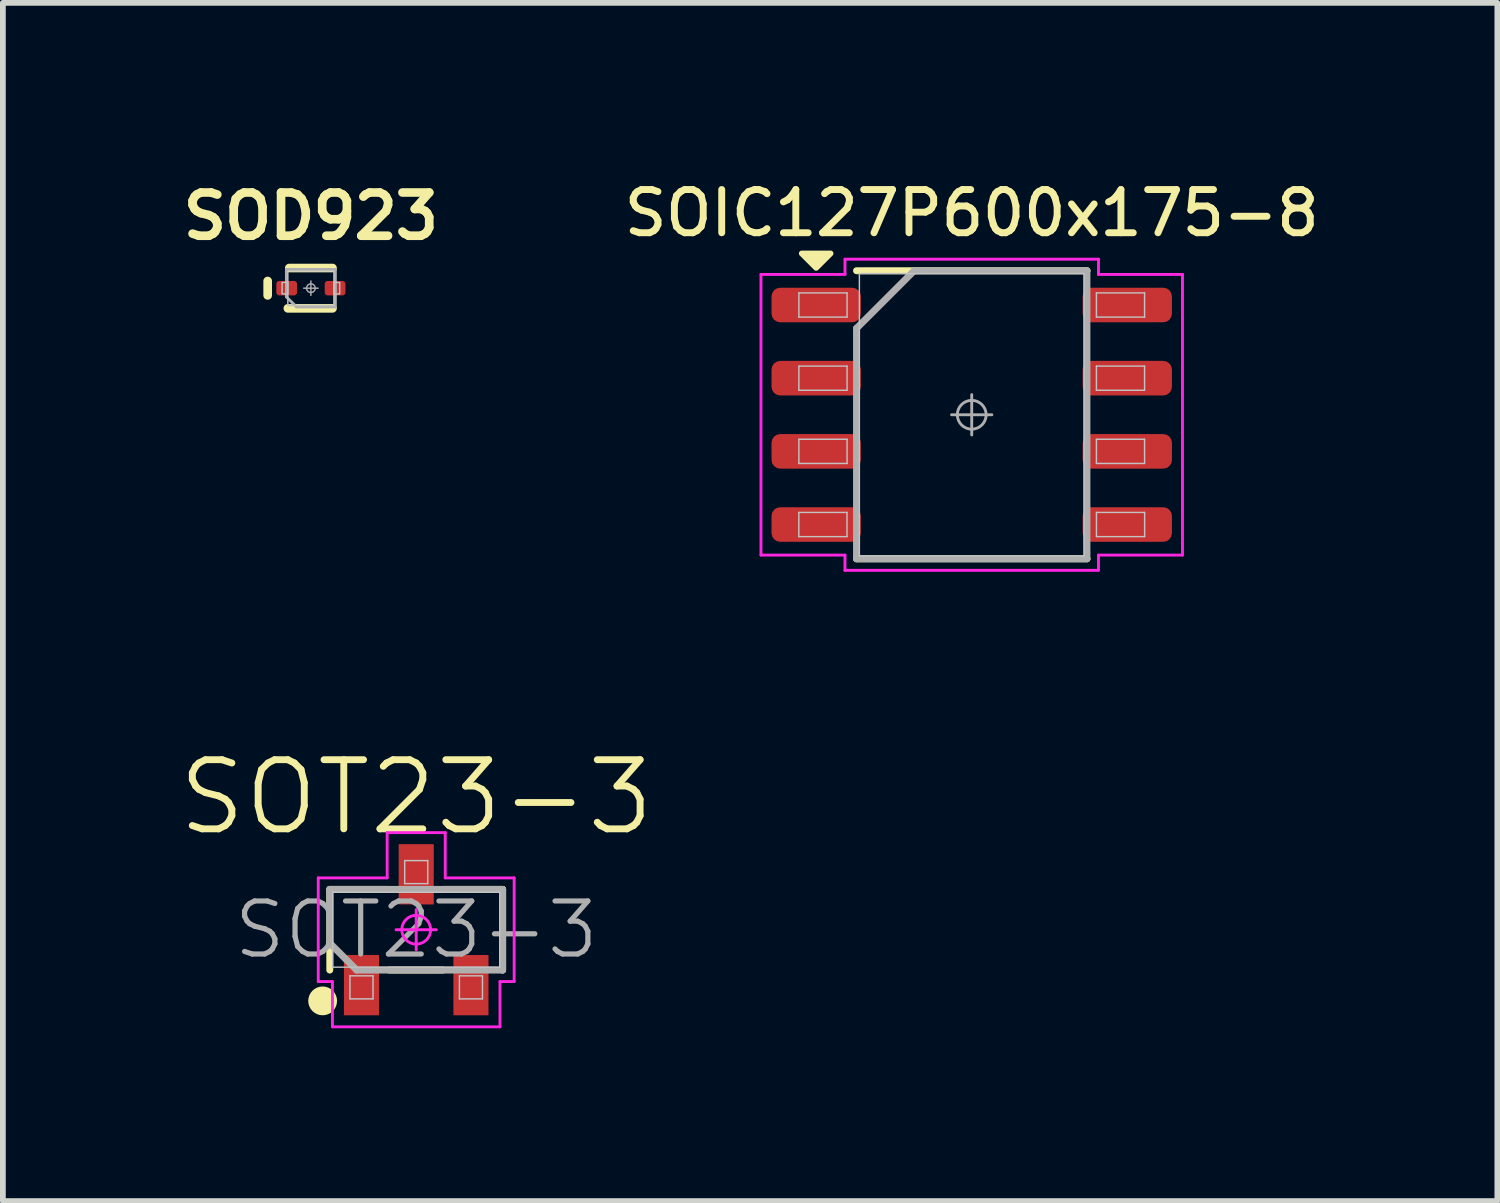
<source format=kicad_pcb>
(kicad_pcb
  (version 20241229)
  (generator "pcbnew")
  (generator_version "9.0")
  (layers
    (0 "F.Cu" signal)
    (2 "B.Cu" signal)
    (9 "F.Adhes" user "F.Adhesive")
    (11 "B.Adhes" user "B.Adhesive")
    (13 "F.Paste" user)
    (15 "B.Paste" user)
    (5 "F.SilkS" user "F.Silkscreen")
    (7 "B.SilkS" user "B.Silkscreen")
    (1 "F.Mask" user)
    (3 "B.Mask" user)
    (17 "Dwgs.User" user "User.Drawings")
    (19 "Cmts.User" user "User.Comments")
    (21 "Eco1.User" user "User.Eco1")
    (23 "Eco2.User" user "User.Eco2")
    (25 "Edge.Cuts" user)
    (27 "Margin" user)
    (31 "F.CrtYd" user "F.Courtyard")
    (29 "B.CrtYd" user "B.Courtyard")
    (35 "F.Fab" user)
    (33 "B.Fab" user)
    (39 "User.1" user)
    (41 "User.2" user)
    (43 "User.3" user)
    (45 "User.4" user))
  (footprint "SOT23-3"
    (layer "F.Cu")
    (at 4.174 13.087)
    (property "Reference" "SOT23-3" (at 0 -2.3 0) (layer "F.SilkS") (effects (font (size 1.2 1.2) (thickness 0.12))))
    (attr smd)
    (fp_line (start -1.5 -0.7) (end -0.484 -0.7) (stroke (width 0.12) (type solid)) (layer "F.SilkS"))
    (fp_line (start -1.5 0.7) (end -1.5 -0.7) (stroke (width 0.12) (type solid)) (layer "F.SilkS"))
    (fp_line (start 0.466 0.7) (end -0.466 0.7) (stroke (width 0.12) (type solid)) (layer "F.SilkS"))
    (fp_line (start 0.484 -0.7) (end 1.5 -0.7) (stroke (width 0.12) (type solid)) (layer "F.SilkS"))
    (fp_line (start 1.5 -0.7) (end 1.5 0.7) (stroke (width 0.12) (type solid)) (layer "F.SilkS"))
    (fp_circle (center -1.624 1.235) (end -1.624 1.36) (stroke (width 0.25) (type solid)) (fill no) (layer "F.SilkS"))
    (fp_line (start -1.45 -0.65) (end 1.45 -0.65) (stroke (width 0.025) (type solid)) (layer "Dwgs.User"))
    (fp_line (start -1.45 0.65) (end -1.45 -0.65) (stroke (width 0.025) (type solid)) (layer "Dwgs.User"))
    (fp_line (start -1.15 0.8) (end -0.75 0.8) (stroke (width 0.025) (type solid)) (layer "Dwgs.User"))
    (fp_line (start -1.15 1.2) (end -1.15 0.8) (stroke (width 0.025) (type solid)) (layer "Dwgs.User"))
    (fp_line (start -0.75 0.8) (end -0.75 1.2) (stroke (width 0.025) (type solid)) (layer "Dwgs.User"))
    (fp_line (start -0.75 1.2) (end -1.15 1.2) (stroke (width 0.025) (type solid)) (layer "Dwgs.User"))
    (fp_line (start -0.2 -1.2) (end 0.2 -1.2) (stroke (width 0.025) (type solid)) (layer "Dwgs.User"))
    (fp_line (start -0.2 -0.8) (end -0.2 -1.2) (stroke (width 0.025) (type solid)) (layer "Dwgs.User"))
    (fp_line (start 0.2 -1.2) (end 0.2 -0.8) (stroke (width 0.025) (type solid)) (layer "Dwgs.User"))
    (fp_line (start 0.2 -0.8) (end -0.2 -0.8) (stroke (width 0.025) (type solid)) (layer "Dwgs.User"))
    (fp_line (start 0.75 0.8) (end 1.15 0.8) (stroke (width 0.025) (type solid)) (layer "Dwgs.User"))
    (fp_line (start 0.75 1.2) (end 0.75 0.8) (stroke (width 0.025) (type solid)) (layer "Dwgs.User"))
    (fp_line (start 1.15 0.8) (end 1.15 1.2) (stroke (width 0.025) (type solid)) (layer "Dwgs.User"))
    (fp_line (start 1.15 1.2) (end 0.75 1.2) (stroke (width 0.025) (type solid)) (layer "Dwgs.User"))
    (fp_line (start 1.45 -0.65) (end 1.45 0.65) (stroke (width 0.025) (type solid)) (layer "Dwgs.User"))
    (fp_line (start 1.45 0.65) (end -1.45 0.65) (stroke (width 0.025) (type solid)) (layer "Dwgs.User"))
    (fp_line (start -1.7 -0.9) (end -1.7 0.9) (stroke (width 0.05) (type solid)) (layer "F.CrtYd"))
    (fp_line (start -1.7 0.9) (end -1.454 0.9) (stroke (width 0.05) (type solid)) (layer "F.CrtYd"))
    (fp_line (start -1.454 0.9) (end -1.454 1.685) (stroke (width 0.05) (type solid)) (layer "F.CrtYd"))
    (fp_line (start -1.454 1.685) (end 1.454 1.685) (stroke (width 0.05) (type solid)) (layer "F.CrtYd"))
    (fp_line (start -0.504 -1.685) (end -0.504 -0.9) (stroke (width 0.05) (type solid)) (layer "F.CrtYd"))
    (fp_line (start -0.504 -0.9) (end -1.7 -0.9) (stroke (width 0.05) (type solid)) (layer "F.CrtYd"))
    (fp_line (start -0.35 0) (end 0.35 0) (stroke (width 0.05) (type solid)) (layer "F.CrtYd"))
    (fp_line (start 0 -0.35) (end 0 0.35) (stroke (width 0.05) (type solid)) (layer "F.CrtYd"))
    (fp_line (start 0.504 -1.685) (end -0.504 -1.685) (stroke (width 0.05) (type solid)) (layer "F.CrtYd"))
    (fp_line (start 0.504 -0.9) (end 0.504 -1.685) (stroke (width 0.05) (type solid)) (layer "F.CrtYd"))
    (fp_line (start 1.454 0.9) (end 1.7 0.9) (stroke (width 0.05) (type solid)) (layer "F.CrtYd"))
    (fp_line (start 1.454 1.685) (end 1.454 0.9) (stroke (width 0.05) (type solid)) (layer "F.CrtYd"))
    (fp_line (start 1.7 -0.9) (end 0.504 -0.9) (stroke (width 0.05) (type solid)) (layer "F.CrtYd"))
    (fp_line (start 1.7 0.9) (end 1.7 -0.9) (stroke (width 0.05) (type solid)) (layer "F.CrtYd"))
    (fp_circle (center 0 0) (end 0 0.25) (stroke (width 0.05) (type solid)) (fill no) (layer "F.CrtYd"))
    (fp_line (start -1.5 -0.7) (end 1.5 -0.7) (stroke (width 0.12) (type solid)) (layer "F.Fab"))
    (fp_line (start -1.5 0.233) (end -1.5 -0.7) (stroke (width 0.12) (type solid)) (layer "F.Fab"))
    (fp_line (start -1.033 0.7) (end -1.5 0.233) (stroke (width 0.12) (type solid)) (layer "F.Fab"))
    (fp_line (start 1.5 -0.7) (end 1.5 0.7) (stroke (width 0.12) (type solid)) (layer "F.Fab"))
    (fp_line (start 1.5 0.7) (end -1.033 0.7) (stroke (width 0.12) (type solid)) (layer "F.Fab"))
    (fp_text user "${REFERENCE}" (at 0 0 0) (layer "F.Fab") (effects (font (size 0.92 0.92) (thickness 0.09))))
    (pad "1" smd rect (at -0.95 0.962 90) (size 1.046 0.609) (layers "F.Cu" "F.Mask" "F.Paste"))
    (pad "2" smd rect (at 0.95 0.962 90) (size 1.046 0.609) (layers "F.Cu" "F.Mask" "F.Paste"))
    (pad "3" smd rect (at 0 -0.962 90) (size 1.046 0.609) (layers "F.Cu" "F.Mask" "F.Paste")))
  (footprint "SOIC127P600x175-8"
    (layer "F.Cu")
    (at 13.816 4.149)
    (property "Reference" "SOIC127P600x175-8" (at 0 -3.5 0) (layer "F.SilkS") (effects (font (size 0.75 0.75) (thickness 0.12))))
    (attr smd)
    (fp_line (start -2 -2.5) (end 2 -2.5) (stroke (width 0.12) (type solid)) (layer "F.SilkS"))
    (fp_line (start -2 2.5) (end 2 2.5) (stroke (width 0.12) (type solid)) (layer "F.SilkS"))
    (fp_poly (pts (xy -2.7 -2.55) (xy -2.95 -2.8) (xy -2.45 -2.8)) (stroke (width 0.1) (type solid)) (fill yes) (layer "F.SilkS"))
    (fp_line (start -3.001 1.695) (end -2.165 1.695) (stroke (width 0.025) (type solid)) (layer "Dwgs.User"))
    (fp_line (start -3.001 2.115) (end -3.001 1.695) (stroke (width 0.025) (type solid)) (layer "Dwgs.User"))
    (fp_line (start -3 -2.115) (end -2.164 -2.115) (stroke (width 0.025) (type solid)) (layer "Dwgs.User"))
    (fp_line (start -3 -1.695) (end -3 -2.115) (stroke (width 0.025) (type solid)) (layer "Dwgs.User"))
    (fp_line (start -3 -0.845) (end -2.164 -0.845) (stroke (width 0.025) (type solid)) (layer "Dwgs.User"))
    (fp_line (start -3 -0.425) (end -3 -0.845) (stroke (width 0.025) (type solid)) (layer "Dwgs.User"))
    (fp_line (start -3 0.425) (end -2.164 0.425) (stroke (width 0.025) (type solid)) (layer "Dwgs.User"))
    (fp_line (start -3 0.845) (end -3 0.425) (stroke (width 0.025) (type solid)) (layer "Dwgs.User"))
    (fp_line (start -2.165 1.695) (end -2.165 2.115) (stroke (width 0.025) (type solid)) (layer "Dwgs.User"))
    (fp_line (start -2.165 2.115) (end -3.001 2.115) (stroke (width 0.025) (type solid)) (layer "Dwgs.User"))
    (fp_line (start -2.164 -2.115) (end -2.164 -1.695) (stroke (width 0.025) (type solid)) (layer "Dwgs.User"))
    (fp_line (start -2.164 -1.695) (end -3 -1.695) (stroke (width 0.025) (type solid)) (layer "Dwgs.User"))
    (fp_line (start -2.164 -0.845) (end -2.164 -0.425) (stroke (width 0.025) (type solid)) (layer "Dwgs.User"))
    (fp_line (start -2.164 -0.425) (end -3 -0.425) (stroke (width 0.025) (type solid)) (layer "Dwgs.User"))
    (fp_line (start -2.164 0.425) (end -2.164 0.845) (stroke (width 0.025) (type solid)) (layer "Dwgs.User"))
    (fp_line (start -2.164 0.845) (end -3 0.845) (stroke (width 0.025) (type solid)) (layer "Dwgs.User"))
    (fp_line (start -1.95 -2.45) (end 1.95 -2.45) (stroke (width 0.025) (type solid)) (layer "Dwgs.User"))
    (fp_line (start -1.95 2.45) (end -1.95 -2.45) (stroke (width 0.025) (type solid)) (layer "Dwgs.User"))
    (fp_line (start 1.95 -2.45) (end 1.95 2.45) (stroke (width 0.025) (type solid)) (layer "Dwgs.User"))
    (fp_line (start 1.95 2.45) (end -1.95 2.45) (stroke (width 0.025) (type solid)) (layer "Dwgs.User"))
    (fp_line (start 2.164 -2.115) (end 3 -2.115) (stroke (width 0.025) (type solid)) (layer "Dwgs.User"))
    (fp_line (start 2.164 -1.695) (end 2.164 -2.115) (stroke (width 0.025) (type solid)) (layer "Dwgs.User"))
    (fp_line (start 2.164 -0.845) (end 3 -0.845) (stroke (width 0.025) (type solid)) (layer "Dwgs.User"))
    (fp_line (start 2.164 -0.425) (end 2.164 -0.845) (stroke (width 0.025) (type solid)) (layer "Dwgs.User"))
    (fp_line (start 2.164 0.425) (end 3 0.425) (stroke (width 0.025) (type solid)) (layer "Dwgs.User"))
    (fp_line (start 2.164 0.845) (end 2.164 0.425) (stroke (width 0.025) (type solid)) (layer "Dwgs.User"))
    (fp_line (start 2.165 1.695) (end 3.001 1.695) (stroke (width 0.025) (type solid)) (layer "Dwgs.User"))
    (fp_line (start 2.165 2.115) (end 2.165 1.695) (stroke (width 0.025) (type solid)) (layer "Dwgs.User"))
    (fp_line (start 3 -2.115) (end 3 -1.695) (stroke (width 0.025) (type solid)) (layer "Dwgs.User"))
    (fp_line (start 3 -1.695) (end 2.164 -1.695) (stroke (width 0.025) (type solid)) (layer "Dwgs.User"))
    (fp_line (start 3 -0.845) (end 3 -0.425) (stroke (width 0.025) (type solid)) (layer "Dwgs.User"))
    (fp_line (start 3 -0.425) (end 2.164 -0.425) (stroke (width 0.025) (type solid)) (layer "Dwgs.User"))
    (fp_line (start 3 0.425) (end 3 0.845) (stroke (width 0.025) (type solid)) (layer "Dwgs.User"))
    (fp_line (start 3 0.845) (end 2.164 0.845) (stroke (width 0.025) (type solid)) (layer "Dwgs.User"))
    (fp_line (start 3.001 1.695) (end 3.001 2.115) (stroke (width 0.025) (type solid)) (layer "Dwgs.User"))
    (fp_line (start 3.001 2.115) (end 2.165 2.115) (stroke (width 0.025) (type solid)) (layer "Dwgs.User"))
    (fp_line (start -3.658 -2.436) (end -3.658 2.436) (stroke (width 0.05) (type solid)) (layer "F.CrtYd"))
    (fp_line (start -3.658 2.436) (end -2.2 2.436) (stroke (width 0.05) (type solid)) (layer "F.CrtYd"))
    (fp_line (start -2.2 -2.7) (end -2.2 -2.436) (stroke (width 0.05) (type solid)) (layer "F.CrtYd"))
    (fp_line (start -2.2 -2.436) (end -3.658 -2.436) (stroke (width 0.05) (type solid)) (layer "F.CrtYd"))
    (fp_line (start -2.2 2.436) (end -2.2 2.7) (stroke (width 0.05) (type solid)) (layer "F.CrtYd"))
    (fp_line (start -2.2 2.7) (end 2.2 2.7) (stroke (width 0.05) (type solid)) (layer "F.CrtYd"))
    (fp_line (start 2.2 -2.7) (end -2.2 -2.7) (stroke (width 0.05) (type solid)) (layer "F.CrtYd"))
    (fp_line (start 2.2 -2.436) (end 2.2 -2.7) (stroke (width 0.05) (type solid)) (layer "F.CrtYd"))
    (fp_line (start 2.2 2.436) (end 3.658 2.436) (stroke (width 0.05) (type solid)) (layer "F.CrtYd"))
    (fp_line (start 2.2 2.7) (end 2.2 2.436) (stroke (width 0.05) (type solid)) (layer "F.CrtYd"))
    (fp_line (start 3.658 -2.436) (end 2.2 -2.436) (stroke (width 0.05) (type solid)) (layer "F.CrtYd"))
    (fp_line (start 3.658 2.436) (end 3.658 -2.436) (stroke (width 0.05) (type solid)) (layer "F.CrtYd"))
    (fp_line (start -2 -1.5) (end -1 -2.5) (stroke (width 0.12) (type solid)) (layer "F.Fab"))
    (fp_line (start -2 2.5) (end -2 -1.5) (stroke (width 0.12) (type solid)) (layer "F.Fab"))
    (fp_line (start -1 -2.5) (end 2 -2.5) (stroke (width 0.12) (type solid)) (layer "F.Fab"))
    (fp_line (start 0 -0.35) (end 0 0.35) (stroke (width 0.05) (type solid)) (layer "F.Fab"))
    (fp_line (start 0.35 0) (end -0.35 0) (stroke (width 0.05) (type solid)) (layer "F.Fab"))
    (fp_line (start 2 -2.5) (end 2 2.5) (stroke (width 0.12) (type solid)) (layer "F.Fab"))
    (fp_line (start 2 2.5) (end -2 2.5) (stroke (width 0.12) (type solid)) (layer "F.Fab"))
    (fp_circle (center 0 0) (end 0 0.25) (stroke (width 0.05) (type solid)) (fill no) (layer "F.Fab"))
    (pad "1" smd roundrect (at -2.7 -1.905) (size 1.55 0.6) (layers "F.Cu" "F.Mask" "F.Paste") (roundrect_rratio 0.251))
    (pad "2" smd roundrect (at -2.7 -0.635) (size 1.55 0.6) (layers "F.Cu" "F.Mask" "F.Paste") (roundrect_rratio 0.251))
    (pad "3" smd roundrect (at -2.7 0.635) (size 1.55 0.6) (layers "F.Cu" "F.Mask" "F.Paste") (roundrect_rratio 0.251))
    (pad "4" smd roundrect (at -2.7 1.905) (size 1.55 0.6) (layers "F.Cu" "F.Mask" "F.Paste") (roundrect_rratio 0.251))
    (pad "5" smd roundrect (at 2.7 1.905) (size 1.55 0.6) (layers "F.Cu" "F.Mask" "F.Paste") (roundrect_rratio 0.251))
    (pad "6" smd roundrect (at 2.7 0.635) (size 1.55 0.6) (layers "F.Cu" "F.Mask" "F.Paste") (roundrect_rratio 0.251))
    (pad "7" smd roundrect (at 2.7 -0.635) (size 1.55 0.6) (layers "F.Cu" "F.Mask" "F.Paste") (roundrect_rratio 0.251))
    (pad "8" smd roundrect (at 2.7 -1.905) (size 1.55 0.6) (layers "F.Cu" "F.Mask" "F.Paste") (roundrect_rratio 0.251)))
  (footprint "SOD923"
    (layer "F.Cu")
    (at 2.346 1.952)
    (property "Reference" "SOD923" (at 0 -1.25 0) (layer "F.SilkS") (effects (font (size 0.75 0.75) (thickness 0.15) (bold yes))))
    (attr smd)
    (fp_line (start -0.75 -0.125) (end -0.75 0.125) (stroke (width 0.15) (type solid)) (layer "F.SilkS"))
    (fp_line (start 0.375 -0.35) (end -0.375 -0.35) (stroke (width 0.15) (type solid)) (layer "F.SilkS"))
    (fp_line (start 0.375 0.35) (end -0.4 0.35) (stroke (width 0.15) (type solid)) (layer "F.SilkS"))
    (fp_rect (start -0.5 -0.1) (end -0.4 0.1) (stroke (width 0.025) (type solid)) (fill no) (layer "Dwgs.User"))
    (fp_rect (start -0.4 -0.3) (end 0.4 0.3) (stroke (width 0.025) (type solid)) (fill no) (layer "Dwgs.User"))
    (fp_rect (start 0.4 -0.1) (end 0.5 0.1) (stroke (width 0.025) (type solid)) (fill no) (layer "Dwgs.User"))
    (fp_line (start -0.425 -0.325) (end -0.425 0.15) (stroke (width 0.05) (type solid)) (layer "F.Fab"))
    (fp_line (start -0.425 -0.325) (end 0.425 -0.325) (stroke (width 0.05) (type solid)) (layer "F.Fab"))
    (fp_line (start -0.425 0.15) (end -0.25 0.325) (stroke (width 0.05) (type solid)) (layer "F.Fab"))
    (fp_line (start -0.25 0.325) (end 0.425 0.325) (stroke (width 0.05) (type solid)) (layer "F.Fab"))
    (fp_line (start 0 -0.125) (end 0 0.125) (stroke (width 0.025) (type solid)) (layer "F.Fab"))
    (fp_line (start 0.125 0) (end -0.125 0) (stroke (width 0.025) (type solid)) (layer "F.Fab"))
    (fp_line (start 0.425 0.325) (end 0.425 -0.325) (stroke (width 0.05) (type solid)) (layer "F.Fab"))
    (fp_circle (center 0 0) (end 0.075 0) (stroke (width 0.025) (type solid)) (fill no) (layer "F.Fab"))
    (pad "1" smd roundrect (at -0.42 0) (size 0.36 0.25) (layers "F.Cu" "F.Mask" "F.Paste") (roundrect_rratio 0.2))
    (pad "2" smd roundrect (at 0.42 0) (size 0.36 0.25) (layers "F.Cu" "F.Mask" "F.Paste") (roundrect_rratio 0.2)))
  (gr_rect
    (start -3 -3)
    (end 22.939 17.797)
    (stroke (width 0.1) (type default))
    (fill no)
    (layer "Edge.Cuts")))
</source>
